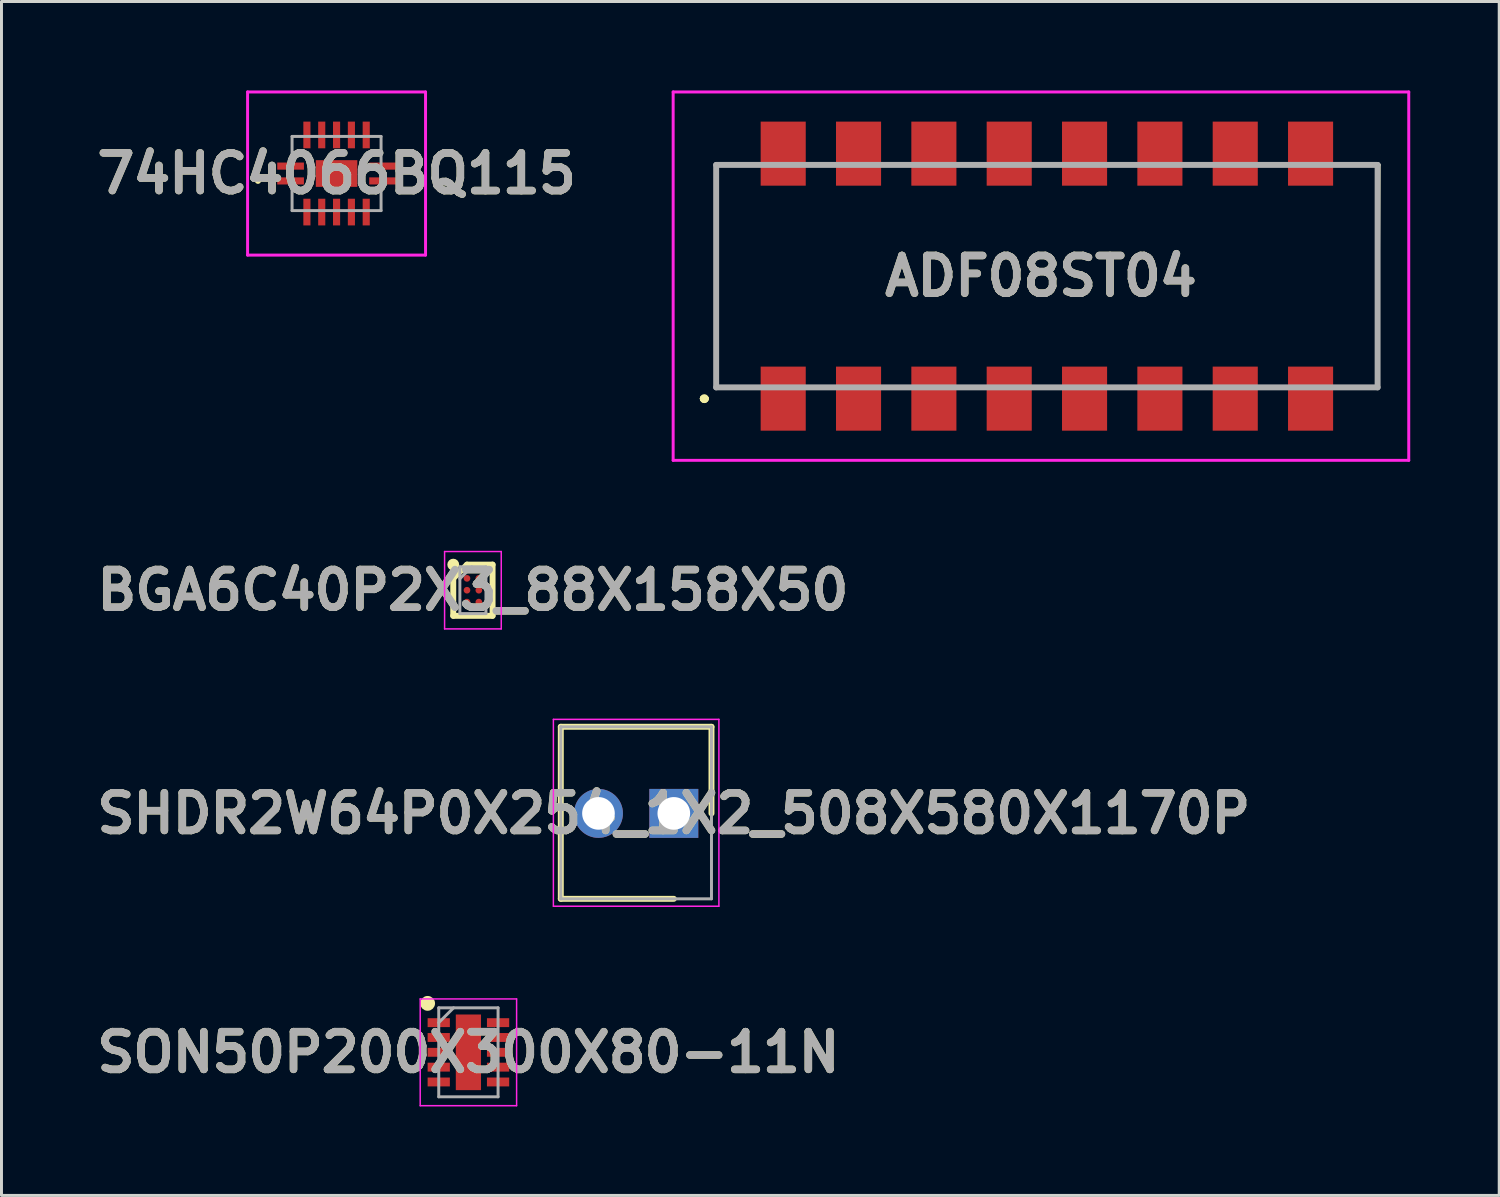
<source format=kicad_pcb>
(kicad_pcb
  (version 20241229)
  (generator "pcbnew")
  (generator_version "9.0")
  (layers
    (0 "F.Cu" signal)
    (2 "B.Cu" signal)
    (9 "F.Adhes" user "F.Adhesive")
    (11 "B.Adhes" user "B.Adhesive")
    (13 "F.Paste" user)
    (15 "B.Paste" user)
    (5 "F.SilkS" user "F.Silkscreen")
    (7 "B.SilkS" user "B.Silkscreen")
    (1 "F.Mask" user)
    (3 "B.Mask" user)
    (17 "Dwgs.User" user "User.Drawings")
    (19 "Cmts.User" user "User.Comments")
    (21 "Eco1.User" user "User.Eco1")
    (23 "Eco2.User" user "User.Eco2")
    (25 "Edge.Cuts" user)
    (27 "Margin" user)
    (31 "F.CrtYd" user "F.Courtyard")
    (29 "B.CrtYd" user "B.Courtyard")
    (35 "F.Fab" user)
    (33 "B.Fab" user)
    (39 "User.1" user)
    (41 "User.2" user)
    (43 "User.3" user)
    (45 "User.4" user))
  (footprint "SHDR2W64P0X254_1X2_508X580X1170P"
    (layer "F.Cu")
    (at 19.667 24.373)
    (property "Reference" "SHDR2W64P0X254_1X2_508X580X1170P" (at 0 0 0) (layer "F.SilkS") (effects (font (size 1.27 1.27) (thickness 0.254))))
    (attr through_hole)
    (fp_line (start -3.81 -2.92) (end 1.27 -2.92) (stroke (width 0.2) (type solid)) (layer "F.SilkS"))
    (fp_line (start -3.81 2.88) (end -3.81 -2.92) (stroke (width 0.2) (type solid)) (layer "F.SilkS"))
    (fp_line (start 0 2.88) (end -3.81 2.88) (stroke (width 0.2) (type solid)) (layer "F.SilkS"))
    (fp_line (start 1.27 -2.92) (end 1.27 0) (stroke (width 0.2) (type solid)) (layer "F.SilkS"))
    (fp_line (start -4.06 -3.17) (end 1.52 -3.17) (stroke (width 0.05) (type solid)) (layer "F.CrtYd"))
    (fp_line (start -4.06 3.13) (end -4.06 -3.17) (stroke (width 0.05) (type solid)) (layer "F.CrtYd"))
    (fp_line (start 1.52 -3.17) (end 1.52 3.13) (stroke (width 0.05) (type solid)) (layer "F.CrtYd"))
    (fp_line (start 1.52 3.13) (end -4.06 3.13) (stroke (width 0.05) (type solid)) (layer "F.CrtYd"))
    (fp_line (start -3.81 -2.92) (end 1.27 -2.92) (stroke (width 0.1) (type solid)) (layer "F.Fab"))
    (fp_line (start -3.81 2.88) (end -3.81 -2.92) (stroke (width 0.1) (type solid)) (layer "F.Fab"))
    (fp_line (start 1.27 -2.92) (end 1.27 2.88) (stroke (width 0.1) (type solid)) (layer "F.Fab"))
    (fp_line (start 1.27 2.88) (end -3.81 2.88) (stroke (width 0.1) (type solid)) (layer "F.Fab"))
    (fp_text user "${REFERENCE}" (at 0 0 0) (layer "F.Fab") (effects (font (size 1.27 1.27) (thickness 0.254))))
    (pad "1" thru_hole rect (at 0 0) (size 1.65 1.65) (drill 1.1) (layers "*.Cu" "*.Mask"))
    (pad "2" thru_hole circle (at -2.54 0) (size 1.65 1.65) (drill 1.1) (layers "*.Cu" "*.Mask")))
  (footprint "SON50P200X300X80-11N"
    (layer "F.Cu")
    (at 12.742 32.428)
    (property "Reference" "SON50P200X300X80-11N" (at 0 0 0) (layer "F.SilkS") (effects (font (size 1.27 1.27) (thickness 0.254))))
    (attr smd)
    (fp_circle (center -1.375 -1.65) (end -1.375 -1.525) (stroke (width 0.25) (type solid)) (fill no) (layer "F.SilkS"))
    (fp_line (start -1.625 -1.8) (end 1.625 -1.8) (stroke (width 0.05) (type solid)) (layer "F.CrtYd"))
    (fp_line (start -1.625 1.8) (end -1.625 -1.8) (stroke (width 0.05) (type solid)) (layer "F.CrtYd"))
    (fp_line (start 1.625 -1.8) (end 1.625 1.8) (stroke (width 0.05) (type solid)) (layer "F.CrtYd"))
    (fp_line (start 1.625 1.8) (end -1.625 1.8) (stroke (width 0.05) (type solid)) (layer "F.CrtYd"))
    (fp_line (start -1 -1.5) (end 1 -1.5) (stroke (width 0.1) (type solid)) (layer "F.Fab"))
    (fp_line (start -1 -1) (end -0.5 -1.5) (stroke (width 0.1) (type solid)) (layer "F.Fab"))
    (fp_line (start -1 1.5) (end -1 -1.5) (stroke (width 0.1) (type solid)) (layer "F.Fab"))
    (fp_line (start 1 -1.5) (end 1 1.5) (stroke (width 0.1) (type solid)) (layer "F.Fab"))
    (fp_line (start 1 1.5) (end -1 1.5) (stroke (width 0.1) (type solid)) (layer "F.Fab"))
    (fp_text user "${REFERENCE}" (at 0 0 0) (layer "F.Fab") (effects (font (size 1.27 1.27) (thickness 0.254))))
    (pad "1" smd rect (at -1 -1 90) (size 0.3 0.75) (layers "F.Cu" "F.Mask" "F.Paste"))
    (pad "2" smd rect (at -1 -0.5 90) (size 0.3 0.75) (layers "F.Cu" "F.Mask" "F.Paste"))
    (pad "3" smd rect (at -1 0 90) (size 0.3 0.75) (layers "F.Cu" "F.Mask" "F.Paste"))
    (pad "4" smd rect (at -1 0.5 90) (size 0.3 0.75) (layers "F.Cu" "F.Mask" "F.Paste"))
    (pad "5" smd rect (at -1 1 90) (size 0.3 0.75) (layers "F.Cu" "F.Mask" "F.Paste"))
    (pad "6" smd rect (at 1 1 90) (size 0.3 0.75) (layers "F.Cu" "F.Mask" "F.Paste"))
    (pad "7" smd rect (at 1 0.5 90) (size 0.3 0.75) (layers "F.Cu" "F.Mask" "F.Paste"))
    (pad "8" smd rect (at 1 0 90) (size 0.3 0.75) (layers "F.Cu" "F.Mask" "F.Paste"))
    (pad "9" smd rect (at 1 -0.5 90) (size 0.3 0.75) (layers "F.Cu" "F.Mask" "F.Paste"))
    (pad "10" smd rect (at 1 -1 90) (size 0.3 0.75) (layers "F.Cu" "F.Mask" "F.Paste"))
    (pad "11" smd rect (at 0 0) (size 0.85 2.55) (layers "F.Cu" "F.Mask" "F.Paste")))
  (footprint "BGA6C40P2X3_88X158X50"
    (layer "F.Cu")
    (at 12.894 16.849)
    (property "Reference" "BGA6C40P2X3_88X158X50" (at 0 0 0) (layer "F.SilkS") (effects (font (size 1.27 1.27) (thickness 0.254))))
    (attr smd)
    (fp_line (start -0.663 -0.4) (end -0.2 -0.863) (stroke (width 0.2) (type solid)) (layer "F.SilkS"))
    (fp_line (start -0.663 0.863) (end -0.663 -0.4) (stroke (width 0.2) (type solid)) (layer "F.SilkS"))
    (fp_line (start -0.2 -0.863) (end 0.663 -0.863) (stroke (width 0.2) (type solid)) (layer "F.SilkS"))
    (fp_line (start 0.663 -0.863) (end 0.663 0.863) (stroke (width 0.2) (type solid)) (layer "F.SilkS"))
    (fp_line (start 0.663 0.863) (end -0.663 0.863) (stroke (width 0.2) (type solid)) (layer "F.SilkS"))
    (fp_circle (center -0.663 -0.863) (end -0.663 -0.763) (stroke (width 0.2) (type solid)) (fill no) (layer "F.SilkS"))
    (fp_line (start -0.955 -1.304) (end 0.955 -1.304) (stroke (width 0.05) (type solid)) (layer "F.CrtYd"))
    (fp_line (start -0.955 1.304) (end -0.955 -1.304) (stroke (width 0.05) (type solid)) (layer "F.CrtYd"))
    (fp_line (start 0.955 -1.304) (end 0.955 1.304) (stroke (width 0.05) (type solid)) (layer "F.CrtYd"))
    (fp_line (start 0.955 1.304) (end -0.955 1.304) (stroke (width 0.05) (type solid)) (layer "F.CrtYd"))
    (fp_line (start -0.44 -0.789) (end 0.44 -0.789) (stroke (width 0.1) (type solid)) (layer "F.Fab"))
    (fp_line (start -0.44 -0.387) (end -0.038 -0.789) (stroke (width 0.1) (type solid)) (layer "F.Fab"))
    (fp_line (start -0.44 0.789) (end -0.44 -0.789) (stroke (width 0.1) (type solid)) (layer "F.Fab"))
    (fp_line (start 0.44 -0.789) (end 0.44 0.789) (stroke (width 0.1) (type solid)) (layer "F.Fab"))
    (fp_line (start 0.44 0.789) (end -0.44 0.789) (stroke (width 0.1) (type solid)) (layer "F.Fab"))
    (fp_text user "${REFERENCE}" (at 0 0 0) (layer "F.Fab") (effects (font (size 1.27 1.27) (thickness 0.254))))
    (pad "A1" smd circle (at -0.2 -0.4 90) (size 0.226 0.226) (layers "F.Cu" "F.Mask" "F.Paste"))
    (pad "A2" smd circle (at 0.2 -0.4 90) (size 0.226 0.226) (layers "F.Cu" "F.Mask" "F.Paste"))
    (pad "B1" smd circle (at -0.2 0 90) (size 0.226 0.226) (layers "F.Cu" "F.Mask" "F.Paste"))
    (pad "B2" smd circle (at 0.2 0 90) (size 0.226 0.226) (layers "F.Cu" "F.Mask" "F.Paste"))
    (pad "C1" smd circle (at -0.2 0.4 90) (size 0.226 0.226) (layers "F.Cu" "F.Mask" "F.Paste"))
    (pad "C2" smd circle (at 0.2 0.4 90) (size 0.226 0.226) (layers "F.Cu" "F.Mask" "F.Paste")))
  (footprint "74HC4066BQ115"
    (layer "F.Cu")
    (at 8.297 2.8)
    (property "Reference" "74HC4066BQ115" (at 0 0 0) (layer "F.SilkS") (effects (font (size 1.27 1.27) (thickness 0.254))))
    (attr smd)
    (fp_line (start -2.7 0.25) (end -2.7 0.25) (stroke (width 0.1) (type solid)) (layer "F.SilkS"))
    (fp_line (start -2.6 0.25) (end -2.6 0.25) (stroke (width 0.1) (type solid)) (layer "F.SilkS"))
    (fp_arc (start -2.7 0.25) (mid -2.65 0.2) (end -2.6 0.25) (stroke (width 0.1) (type solid)) (layer "F.SilkS"))
    (fp_arc (start -2.6 0.25) (mid -2.65 0.3) (end -2.7 0.25) (stroke (width 0.1) (type solid)) (layer "F.SilkS"))
    (fp_line (start -3 -2.75) (end 3 -2.75) (stroke (width 0.1) (type solid)) (layer "F.CrtYd"))
    (fp_line (start -3 2.75) (end -3 -2.75) (stroke (width 0.1) (type solid)) (layer "F.CrtYd"))
    (fp_line (start 3 -2.75) (end 3 2.75) (stroke (width 0.1) (type solid)) (layer "F.CrtYd"))
    (fp_line (start 3 2.75) (end -3 2.75) (stroke (width 0.1) (type solid)) (layer "F.CrtYd"))
    (fp_line (start -1.5 -1.25) (end -1.5 1.25) (stroke (width 0.1) (type solid)) (layer "F.Fab"))
    (fp_line (start -1.5 1.25) (end 1.5 1.25) (stroke (width 0.1) (type solid)) (layer "F.Fab"))
    (fp_line (start 1.5 -1.25) (end -1.5 -1.25) (stroke (width 0.1) (type solid)) (layer "F.Fab"))
    (fp_line (start 1.5 1.25) (end 1.5 -1.25) (stroke (width 0.1) (type solid)) (layer "F.Fab"))
    (fp_text user "${REFERENCE}" (at 0 0 0) (layer "F.Fab") (effects (font (size 1.27 1.27) (thickness 0.254))))
    (pad "1" smd rect (at -1.55 0.25 90) (size 0.24 0.9) (layers "F.Cu" "F.Mask" "F.Paste"))
    (pad "2" smd rect (at -1 1.3) (size 0.24 0.9) (layers "F.Cu" "F.Mask" "F.Paste"))
    (pad "3" smd rect (at -0.5 1.3) (size 0.24 0.9) (layers "F.Cu" "F.Mask" "F.Paste"))
    (pad "4" smd rect (at 0 1.3) (size 0.24 0.9) (layers "F.Cu" "F.Mask" "F.Paste"))
    (pad "5" smd rect (at 0.5 1.3) (size 0.24 0.9) (layers "F.Cu" "F.Mask" "F.Paste"))
    (pad "6" smd rect (at 1 1.3) (size 0.24 0.9) (layers "F.Cu" "F.Mask" "F.Paste"))
    (pad "7" smd rect (at 1.55 0.25 90) (size 0.24 0.9) (layers "F.Cu" "F.Mask" "F.Paste"))
    (pad "8" smd rect (at 1.55 -0.25 90) (size 0.24 0.9) (layers "F.Cu" "F.Mask" "F.Paste"))
    (pad "9" smd rect (at 1 -1.3) (size 0.24 0.9) (layers "F.Cu" "F.Mask" "F.Paste"))
    (pad "10" smd rect (at 0.5 -1.3) (size 0.24 0.9) (layers "F.Cu" "F.Mask" "F.Paste"))
    (pad "11" smd rect (at 0 -1.3) (size 0.24 0.9) (layers "F.Cu" "F.Mask" "F.Paste"))
    (pad "12" smd rect (at -0.5 -1.3) (size 0.24 0.9) (layers "F.Cu" "F.Mask" "F.Paste"))
    (pad "13" smd rect (at -1 -1.3) (size 0.24 0.9) (layers "F.Cu" "F.Mask" "F.Paste"))
    (pad "14" smd rect (at -1.55 -0.25 90) (size 0.24 0.9) (layers "F.Cu" "F.Mask" "F.Paste"))
    (pad "15" smd rect (at 0 0 90) (size 0.9 1.4) (layers "F.Cu" "F.Mask" "F.Paste")))
  (footprint "ADF08ST04"
    (layer "F.Cu")
    (at 32.245 6.26)
    (property "Reference" "ADF08ST04" (at -0.2 0 0) (layer "F.SilkS") (effects (font (size 1.27 1.27) (thickness 0.254))))
    (attr smd)
    (fp_line (start -11.6 4.13) (end -11.6 4.13) (stroke (width 0.2) (type solid)) (layer "F.SilkS"))
    (fp_line (start -11.6 4.13) (end -11.6 4.13) (stroke (width 0.2) (type solid)) (layer "F.SilkS"))
    (fp_line (start -11.5 4.13) (end -11.5 4.13) (stroke (width 0.2) (type solid)) (layer "F.SilkS"))
    (fp_line (start -11.15 -3.75) (end -9.9 -3.75) (stroke (width 0.1) (type solid)) (layer "F.SilkS"))
    (fp_line (start -11.15 3.75) (end -11.15 -3.75) (stroke (width 0.1) (type solid)) (layer "F.SilkS"))
    (fp_line (start -10 3.75) (end -11.15 3.75) (stroke (width 0.1) (type solid)) (layer "F.SilkS"))
    (fp_line (start 9.9 -3.75) (end 11.2 -3.75) (stroke (width 0.1) (type solid)) (layer "F.SilkS"))
    (fp_line (start 11.15 3.75) (end 10 3.75) (stroke (width 0.1) (type solid)) (layer "F.SilkS"))
    (fp_line (start 11.2 -3.75) (end 11.15 3.75) (stroke (width 0.1) (type solid)) (layer "F.SilkS"))
    (fp_arc (start -11.6 4.13) (mid -11.55 4.08) (end -11.5 4.13) (stroke (width 0.2) (type solid)) (layer "F.SilkS"))
    (fp_arc (start -11.5 4.13) (mid -11.55 4.18) (end -11.6 4.13) (stroke (width 0.2) (type solid)) (layer "F.SilkS"))
    (fp_arc (start -11.5 4.13) (mid -11.55 4.18) (end -11.6 4.13) (stroke (width 0.2) (type solid)) (layer "F.SilkS"))
    (fp_line (start -12.6 -6.21) (end 12.2 -6.21) (stroke (width 0.1) (type solid)) (layer "F.CrtYd"))
    (fp_line (start -12.6 6.21) (end -12.6 -6.21) (stroke (width 0.1) (type solid)) (layer "F.CrtYd"))
    (fp_line (start 12.2 -6.21) (end 12.2 6.21) (stroke (width 0.1) (type solid)) (layer "F.CrtYd"))
    (fp_line (start 12.2 6.21) (end -12.6 6.21) (stroke (width 0.1) (type solid)) (layer "F.CrtYd"))
    (fp_line (start -11.15 -3.75) (end 11.15 -3.75) (stroke (width 0.2) (type solid)) (layer "F.Fab"))
    (fp_line (start -11.15 3.75) (end -11.15 -3.75) (stroke (width 0.2) (type solid)) (layer "F.Fab"))
    (fp_line (start 11.15 -3.75) (end 11.15 3.75) (stroke (width 0.2) (type solid)) (layer "F.Fab"))
    (fp_line (start 11.15 3.75) (end -11.15 3.75) (stroke (width 0.2) (type solid)) (layer "F.Fab"))
    (fp_text user "${REFERENCE}" (at -0.2 0 0) (layer "F.Fab") (effects (font (size 1.27 1.27) (thickness 0.254))))
    (pad "1" smd rect (at -8.89 4.13) (size 1.52 2.16) (layers "F.Cu" "F.Mask" "F.Paste"))
    (pad "2" smd rect (at -6.35 4.13) (size 1.52 2.16) (layers "F.Cu" "F.Mask" "F.Paste"))
    (pad "3" smd rect (at -3.81 4.13) (size 1.52 2.16) (layers "F.Cu" "F.Mask" "F.Paste"))
    (pad "4" smd rect (at -1.27 4.13) (size 1.52 2.16) (layers "F.Cu" "F.Mask" "F.Paste"))
    (pad "5" smd rect (at 1.27 4.13) (size 1.52 2.16) (layers "F.Cu" "F.Mask" "F.Paste"))
    (pad "6" smd rect (at 3.81 4.13) (size 1.52 2.16) (layers "F.Cu" "F.Mask" "F.Paste"))
    (pad "7" smd rect (at 6.35 4.13) (size 1.52 2.16) (layers "F.Cu" "F.Mask" "F.Paste"))
    (pad "8" smd rect (at 8.89 4.13) (size 1.52 2.16) (layers "F.Cu" "F.Mask" "F.Paste"))
    (pad "9" smd rect (at 8.89 -4.13) (size 1.52 2.16) (layers "F.Cu" "F.Mask" "F.Paste"))
    (pad "10" smd rect (at 6.35 -4.13) (size 1.52 2.16) (layers "F.Cu" "F.Mask" "F.Paste"))
    (pad "11" smd rect (at 3.81 -4.13) (size 1.52 2.16) (layers "F.Cu" "F.Mask" "F.Paste"))
    (pad "12" smd rect (at 1.27 -4.13) (size 1.52 2.16) (layers "F.Cu" "F.Mask" "F.Paste"))
    (pad "13" smd rect (at -1.27 -4.13) (size 1.52 2.16) (layers "F.Cu" "F.Mask" "F.Paste"))
    (pad "14" smd rect (at -3.81 -4.13) (size 1.52 2.16) (layers "F.Cu" "F.Mask" "F.Paste"))
    (pad "15" smd rect (at -6.35 -4.13) (size 1.52 2.16) (layers "F.Cu" "F.Mask" "F.Paste"))
    (pad "16" smd rect (at -8.89 -4.13) (size 1.52 2.16) (layers "F.Cu" "F.Mask" "F.Paste")))
  (gr_rect
    (start -3 -3)
    (end 47.495 37.253)
    (stroke (width 0.1) (type default))
    (fill no)
    (layer "Edge.Cuts")))
</source>
